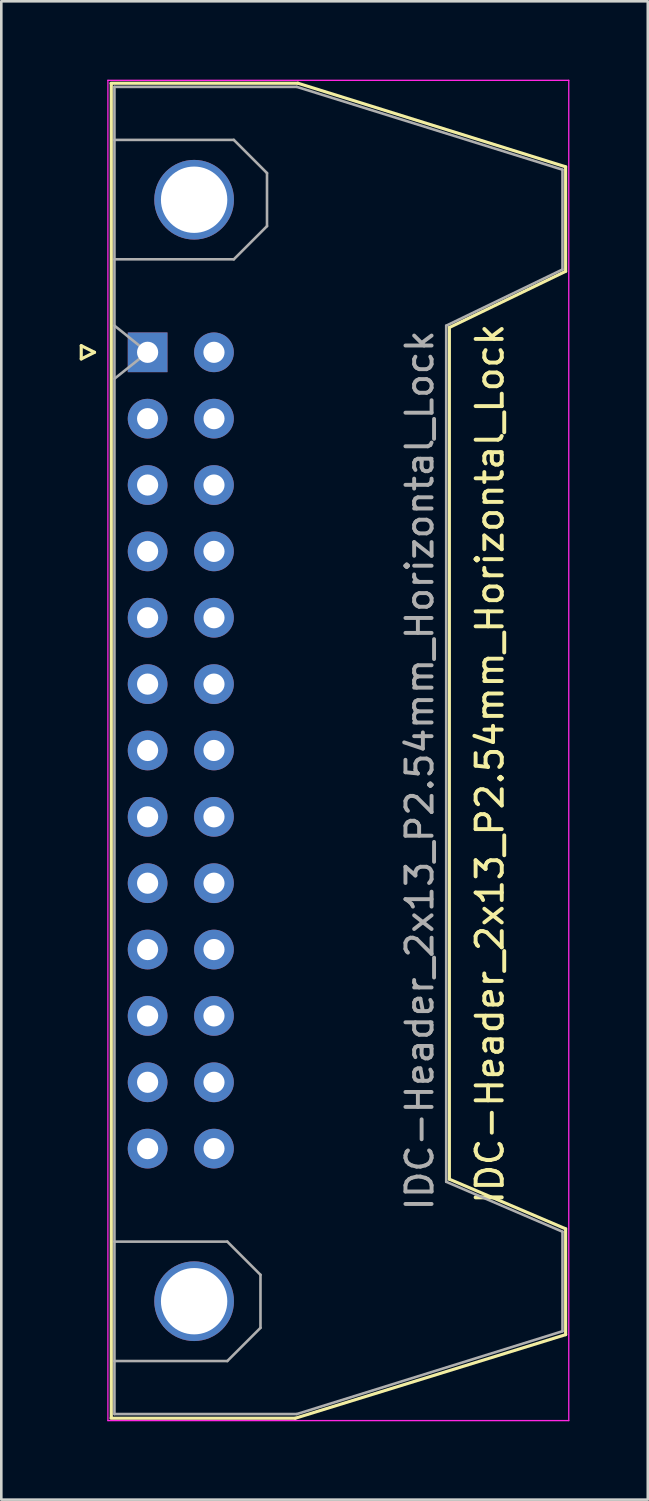
<source format=kicad_pcb>
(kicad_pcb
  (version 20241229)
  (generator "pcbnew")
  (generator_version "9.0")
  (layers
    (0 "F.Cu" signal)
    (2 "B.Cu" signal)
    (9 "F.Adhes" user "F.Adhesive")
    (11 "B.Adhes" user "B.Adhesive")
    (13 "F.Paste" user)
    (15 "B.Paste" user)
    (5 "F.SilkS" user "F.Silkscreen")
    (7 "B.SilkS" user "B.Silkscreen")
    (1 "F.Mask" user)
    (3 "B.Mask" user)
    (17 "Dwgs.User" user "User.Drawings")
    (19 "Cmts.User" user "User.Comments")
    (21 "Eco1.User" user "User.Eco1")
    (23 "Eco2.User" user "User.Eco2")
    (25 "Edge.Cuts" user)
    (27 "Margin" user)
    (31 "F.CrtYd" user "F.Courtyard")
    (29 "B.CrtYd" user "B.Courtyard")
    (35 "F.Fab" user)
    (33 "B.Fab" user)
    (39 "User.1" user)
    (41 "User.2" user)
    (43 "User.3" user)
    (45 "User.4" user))
  (footprint "IDC-Header_2x13_P2.54mm_Horizontal_Lock"
    (layer "F.Cu")
    (at 2.6 10.435)
    (property "Reference" "IDC-Header_2x13_P2.54mm_Horizontal_Lock" (at 13.1 15.75 90) (layer "F.SilkS") (effects (font (size 1 1) (thickness 0.15))))
    (attr through_hole)
    (fp_line (start -2.54 -0.254) (end -2.54 0.254) (stroke (width 0.12) (type solid)) (layer "F.SilkS"))
    (fp_line (start -2.54 0.254) (end -2.032 0) (stroke (width 0.12) (type solid)) (layer "F.SilkS"))
    (fp_line (start -2.032 0) (end -2.54 -0.254) (stroke (width 0.12) (type solid)) (layer "F.SilkS"))
    (fp_line (start -1.4 -10.3) (end 5.75 -10.3) (stroke (width 0.12) (type solid)) (layer "F.SilkS"))
    (fp_line (start -1.39 40.76) (end -1.39 -10.28) (stroke (width 0.12) (type solid)) (layer "F.SilkS"))
    (fp_line (start 5.65 40.8) (end -1.4 40.8) (stroke (width 0.12) (type solid)) (layer "F.SilkS"))
    (fp_line (start 5.75 -10.3) (end 16 -7.1) (stroke (width 0.12) (type solid)) (layer "F.SilkS"))
    (fp_line (start 11.55 -0.95) (end 11.55 31.65) (stroke (width 0.12) (type solid)) (layer "F.SilkS"))
    (fp_line (start 11.55 31.65) (end 16 33.55) (stroke (width 0.12) (type solid)) (layer "F.SilkS"))
    (fp_line (start 16 -7.1) (end 16 -3.1) (stroke (width 0.12) (type solid)) (layer "F.SilkS"))
    (fp_line (start 16 -3.1) (end 11.55 -0.95) (stroke (width 0.12) (type solid)) (layer "F.SilkS"))
    (fp_line (start 16 33.55) (end 16 37.6) (stroke (width 0.12) (type solid)) (layer "F.SilkS"))
    (fp_line (start 16 37.6) (end 5.65 40.8) (stroke (width 0.12) (type solid)) (layer "F.SilkS"))
    (fp_line (start -1.52 40.89) (end -1.52 -10.41) (stroke (width 0.05) (type solid)) (layer "F.CrtYd"))
    (fp_line (start -1.52 40.89) (end 16.12 40.89) (stroke (width 0.05) (type solid)) (layer "F.CrtYd"))
    (fp_line (start 16.12 -10.41) (end -1.52 -10.41) (stroke (width 0.05) (type solid)) (layer "F.CrtYd"))
    (fp_line (start 16.12 -10.41) (end 16.12 40.89) (stroke (width 0.05) (type solid)) (layer "F.CrtYd"))
    (fp_line (start -1.27 -10.16) (end 5.71 -10.16) (stroke (width 0.1) (type solid)) (layer "F.Fab"))
    (fp_line (start -1.27 -8.13) (end 3.3 -8.13) (stroke (width 0.1) (type solid)) (layer "F.Fab"))
    (fp_line (start -1.27 34.04) (end 3.05 34.04) (stroke (width 0.1) (type solid)) (layer "F.Fab"))
    (fp_line (start -1.27 40.64) (end -1.27 -10.16) (stroke (width 0.1) (type solid)) (layer "F.Fab"))
    (fp_line (start -1.27 40.64) (end 5.71 40.64) (stroke (width 0.1) (type solid)) (layer "F.Fab"))
    (fp_line (start -1.268 -1.02) (end 0 0) (stroke (width 0.1) (type solid)) (layer "F.Fab"))
    (fp_line (start 0 0) (end -1.268 1.01) (stroke (width 0.1) (type solid)) (layer "F.Fab"))
    (fp_line (start 3.05 34.04) (end 4.32 35.31) (stroke (width 0.1) (type solid)) (layer "F.Fab"))
    (fp_line (start 3.05 38.61) (end -1.27 38.61) (stroke (width 0.1) (type solid)) (layer "F.Fab"))
    (fp_line (start 3.3 -8.13) (end 4.57 -6.86) (stroke (width 0.1) (type solid)) (layer "F.Fab"))
    (fp_line (start 3.3 -3.56) (end -1.27 -3.56) (stroke (width 0.1) (type solid)) (layer "F.Fab"))
    (fp_line (start 4.32 35.31) (end 4.32 37.34) (stroke (width 0.1) (type solid)) (layer "F.Fab"))
    (fp_line (start 4.32 37.34) (end 3.05 38.61) (stroke (width 0.1) (type solid)) (layer "F.Fab"))
    (fp_line (start 4.57 -6.86) (end 4.57 -4.83) (stroke (width 0.1) (type solid)) (layer "F.Fab"))
    (fp_line (start 4.57 -4.83) (end 3.3 -3.56) (stroke (width 0.1) (type solid)) (layer "F.Fab"))
    (fp_line (start 5.71 -10.16) (end 15.88 -6.99) (stroke (width 0.1) (type solid)) (layer "F.Fab"))
    (fp_line (start 5.71 40.64) (end 15.88 37.47) (stroke (width 0.1) (type solid)) (layer "F.Fab"))
    (fp_line (start 11.43 -1.02) (end 11.43 31.75) (stroke (width 0.1) (type solid)) (layer "F.Fab"))
    (fp_line (start 15.88 -6.99) (end 15.88 -3.17) (stroke (width 0.1) (type solid)) (layer "F.Fab"))
    (fp_line (start 15.88 -3.17) (end 11.43 -1.02) (stroke (width 0.1) (type solid)) (layer "F.Fab"))
    (fp_line (start 15.88 33.66) (end 11.43 31.75) (stroke (width 0.1) (type solid)) (layer "F.Fab"))
    (fp_line (start 15.88 37.47) (end 15.88 33.66) (stroke (width 0.1) (type solid)) (layer "F.Fab"))
    (fp_text user "${REFERENCE}" (at 10.414 16.002 90) (layer "F.Fab") (effects (font (size 1 1) (thickness 0.15))))
    (pad "" thru_hole circle (at 1.78 -5.84 90) (size 3.05 3.05) (drill 2.54) (layers "*.Cu" "*.Mask"))
    (pad "" thru_hole circle (at 1.78 36.32 90) (size 3.05 3.05) (drill 2.54) (layers "*.Cu" "*.Mask"))
    (pad "1" thru_hole rect (at 0 0 90) (size 1.52 1.52) (drill 0.81) (layers "*.Cu" "*.Mask"))
    (pad "2" thru_hole circle (at 2.54 0 90) (size 1.52 1.52) (drill 0.81) (layers "*.Cu" "*.Mask"))
    (pad "3" thru_hole circle (at 0 2.54 90) (size 1.52 1.52) (drill 0.81) (layers "*.Cu" "*.Mask"))
    (pad "4" thru_hole circle (at 2.54 2.54 90) (size 1.52 1.52) (drill 0.81) (layers "*.Cu" "*.Mask"))
    (pad "5" thru_hole circle (at 0 5.08 90) (size 1.52 1.52) (drill 0.81) (layers "*.Cu" "*.Mask"))
    (pad "6" thru_hole circle (at 2.54 5.08 90) (size 1.52 1.52) (drill 0.81) (layers "*.Cu" "*.Mask"))
    (pad "7" thru_hole circle (at 0 7.62 90) (size 1.52 1.52) (drill 0.81) (layers "*.Cu" "*.Mask"))
    (pad "8" thru_hole circle (at 2.54 7.62 90) (size 1.52 1.52) (drill 0.81) (layers "*.Cu" "*.Mask"))
    (pad "9" thru_hole circle (at 0 10.16 90) (size 1.52 1.52) (drill 0.81) (layers "*.Cu" "*.Mask"))
    (pad "10" thru_hole circle (at 2.54 10.16 90) (size 1.52 1.52) (drill 0.81) (layers "*.Cu" "*.Mask"))
    (pad "11" thru_hole circle (at 0 12.7 90) (size 1.52 1.52) (drill 0.81) (layers "*.Cu" "*.Mask"))
    (pad "12" thru_hole circle (at 2.54 12.7 90) (size 1.52 1.52) (drill 0.81) (layers "*.Cu" "*.Mask"))
    (pad "13" thru_hole circle (at 0 15.24 90) (size 1.52 1.52) (drill 0.81) (layers "*.Cu" "*.Mask"))
    (pad "14" thru_hole circle (at 2.54 15.24 90) (size 1.52 1.52) (drill 0.81) (layers "*.Cu" "*.Mask"))
    (pad "15" thru_hole circle (at 0 17.78 90) (size 1.52 1.52) (drill 0.81) (layers "*.Cu" "*.Mask"))
    (pad "16" thru_hole circle (at 2.54 17.78 90) (size 1.52 1.52) (drill 0.81) (layers "*.Cu" "*.Mask"))
    (pad "17" thru_hole circle (at 0 20.32 90) (size 1.52 1.52) (drill 0.81) (layers "*.Cu" "*.Mask"))
    (pad "18" thru_hole circle (at 2.54 20.32 90) (size 1.52 1.52) (drill 0.81) (layers "*.Cu" "*.Mask"))
    (pad "19" thru_hole circle (at 0 22.86 90) (size 1.52 1.52) (drill 0.81) (layers "*.Cu" "*.Mask"))
    (pad "20" thru_hole circle (at 2.54 22.86 90) (size 1.52 1.52) (drill 0.81) (layers "*.Cu" "*.Mask"))
    (pad "21" thru_hole circle (at 0 25.4 90) (size 1.52 1.52) (drill 0.81) (layers "*.Cu" "*.Mask"))
    (pad "22" thru_hole circle (at 2.54 25.4 90) (size 1.52 1.52) (drill 0.81) (layers "*.Cu" "*.Mask"))
    (pad "23" thru_hole circle (at 0 27.94 90) (size 1.52 1.52) (drill 0.81) (layers "*.Cu" "*.Mask"))
    (pad "24" thru_hole circle (at 2.54 27.94 90) (size 1.52 1.52) (drill 0.81) (layers "*.Cu" "*.Mask"))
    (pad "25" thru_hole circle (at 0 30.48 90) (size 1.52 1.52) (drill 0.81) (layers "*.Cu" "*.Mask"))
    (pad "26" thru_hole circle (at 2.54 30.48 90) (size 1.52 1.52) (drill 0.81) (layers "*.Cu" "*.Mask")))
  (gr_rect
    (start -3 -3)
    (end 21.745 54.35)
    (stroke (width 0.1) (type default))
    (fill no)
    (layer "Edge.Cuts")))
</source>
